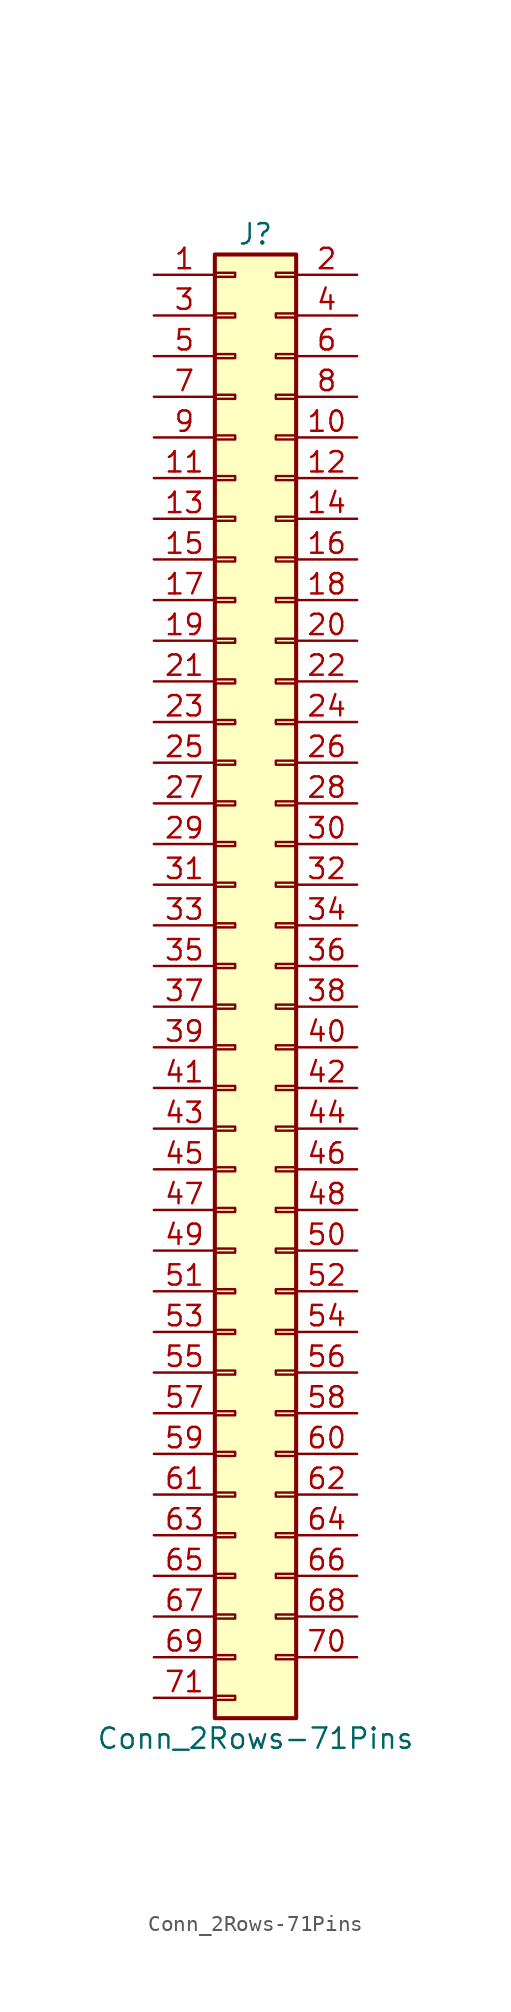
<source format=kicad_sym>
(kicad_symbol_lib
  (version 20200908)
  (generator kicad_symbol_editor)
  (symbol "Connector_Generic:Conn_2Rows-71Pins"
    (pin_names
      (offset 1.016) hide)
    (property "Reference" "J"
      (at 1.27 45.72 0)
      (effects (font (size 1.27 1.27))))
    (property "Value" "Conn_2Rows-71Pins"
      (at 1.27 -48.26 0)
      (effects (font (size 1.27 1.27))))
    (symbol "Conn_2Rows-71Pins_1_1"
      (rectangle (start -1.27 -27.813) (end 0 -28.067) (stroke (width 0.152)) (fill (type none)))
      (rectangle (start -1.27 -30.353) (end 0 -30.607) (stroke (width 0.152)) (fill (type none)))
      (rectangle (start -1.27 -32.893) (end 0 -33.147) (stroke (width 0.152)) (fill (type none)))
      (rectangle (start -1.27 -35.433) (end 0 -35.687) (stroke (width 0.152)) (fill (type none)))
      (rectangle (start -1.27 -37.973) (end 0 -38.227) (stroke (width 0.152)) (fill (type none)))
      (rectangle (start -1.27 -40.513) (end 0 -40.767) (stroke (width 0.152)) (fill (type none)))
      (rectangle (start -1.27 -43.053) (end 0 -43.307) (stroke (width 0.152)) (fill (type none)))
      (rectangle (start -1.27 -45.593) (end 0 -45.847) (stroke (width 0.152)) (fill (type none)))
      (rectangle (start -1.27 -4.953) (end 0 -5.207) (stroke (width 0.152)) (fill (type none)))
      (rectangle (start -1.27 -7.493) (end 0 -7.747) (stroke (width 0.152)) (fill (type none)))
      (rectangle (start -1.27 -10.033) (end 0 -10.287) (stroke (width 0.152)) (fill (type none)))
      (rectangle (start -1.27 -12.573) (end 0 -12.827) (stroke (width 0.152)) (fill (type none)))
      (rectangle (start -1.27 -15.113) (end 0 -15.367) (stroke (width 0.152)) (fill (type none)))
      (rectangle (start -1.27 -17.653) (end 0 -17.907) (stroke (width 0.152)) (fill (type none)))
      (rectangle (start -1.27 -20.193) (end 0 -20.447) (stroke (width 0.152)) (fill (type none)))
      (rectangle (start -1.27 -22.733) (end 0 -22.987) (stroke (width 0.152)) (fill (type none)))
      (rectangle (start -1.27 -2.413) (end 0 -2.667) (stroke (width 0.152)) (fill (type none)))
      (rectangle (start -1.27 -25.273) (end 0 -25.527) (stroke (width 0.152)) (fill (type none)))
      (rectangle (start -1.27 25.527) (end 0 25.273) (stroke (width 0.152)) (fill (type none)))
      (rectangle (start -1.27 2.667) (end 0 2.413) (stroke (width 0.152)) (fill (type none)))
      (rectangle (start -1.27 28.067) (end 0 27.813) (stroke (width 0.152)) (fill (type none)))
      (rectangle (start -1.27 30.607) (end 0 30.353) (stroke (width 0.152)) (fill (type none)))
      (rectangle (start -1.27 33.147) (end 0 32.893) (stroke (width 0.152)) (fill (type none)))
      (rectangle (start -1.27 35.687) (end 0 35.433) (stroke (width 0.152)) (fill (type none)))
      (rectangle (start -1.27 38.227) (end 0 37.973) (stroke (width 0.152)) (fill (type none)))
      (rectangle (start -1.27 40.767) (end 0 40.513) (stroke (width 0.152)) (fill (type none)))
      (rectangle (start -1.27 43.307) (end 0 43.053) (stroke (width 0.152)) (fill (type none)))
      (rectangle (start -1.27 44.45) (end 3.81 -46.99) (stroke (width 0.254)) (fill (type background)))
      (rectangle (start -1.27 5.207) (end 0 4.953) (stroke (width 0.152)) (fill (type none)))
      (rectangle (start -1.27 7.747) (end 0 7.493) (stroke (width 0.152)) (fill (type none)))
      (rectangle (start -1.27 10.287) (end 0 10.033) (stroke (width 0.152)) (fill (type none)))
      (rectangle (start -1.27 0.127) (end 0 -0.127) (stroke (width 0.152)) (fill (type none)))
      (rectangle (start -1.27 12.827) (end 0 12.573) (stroke (width 0.152)) (fill (type none)))
      (rectangle (start -1.27 15.367) (end 0 15.113) (stroke (width 0.152)) (fill (type none)))
      (rectangle (start -1.27 17.907) (end 0 17.653) (stroke (width 0.152)) (fill (type none)))
      (rectangle (start -1.27 20.447) (end 0 20.193) (stroke (width 0.152)) (fill (type none)))
      (rectangle (start -1.27 22.987) (end 0 22.733) (stroke (width 0.152)) (fill (type none)))
      (rectangle (start 3.81 -27.813) (end 2.54 -28.067) (stroke (width 0.152)) (fill (type none)))
      (rectangle (start 3.81 -30.353) (end 2.54 -30.607) (stroke (width 0.152)) (fill (type none)))
      (rectangle (start 3.81 -32.893) (end 2.54 -33.147) (stroke (width 0.152)) (fill (type none)))
      (rectangle (start 3.81 -35.433) (end 2.54 -35.687) (stroke (width 0.152)) (fill (type none)))
      (rectangle (start 3.81 -37.973) (end 2.54 -38.227) (stroke (width 0.152)) (fill (type none)))
      (rectangle (start 3.81 -40.513) (end 2.54 -40.767) (stroke (width 0.152)) (fill (type none)))
      (rectangle (start 3.81 -43.053) (end 2.54 -43.307) (stroke (width 0.152)) (fill (type none)))
      (rectangle (start 3.81 -4.953) (end 2.54 -5.207) (stroke (width 0.152)) (fill (type none)))
      (rectangle (start 3.81 -7.493) (end 2.54 -7.747) (stroke (width 0.152)) (fill (type none)))
      (rectangle (start 3.81 -10.033) (end 2.54 -10.287) (stroke (width 0.152)) (fill (type none)))
      (rectangle (start 3.81 -12.573) (end 2.54 -12.827) (stroke (width 0.152)) (fill (type none)))
      (rectangle (start 3.81 -15.113) (end 2.54 -15.367) (stroke (width 0.152)) (fill (type none)))
      (rectangle (start 3.81 -17.653) (end 2.54 -17.907) (stroke (width 0.152)) (fill (type none)))
      (rectangle (start 3.81 -20.193) (end 2.54 -20.447) (stroke (width 0.152)) (fill (type none)))
      (rectangle (start 3.81 -22.733) (end 2.54 -22.987) (stroke (width 0.152)) (fill (type none)))
      (rectangle (start 3.81 -2.413) (end 2.54 -2.667) (stroke (width 0.152)) (fill (type none)))
      (rectangle (start 3.81 -25.273) (end 2.54 -25.527) (stroke (width 0.152)) (fill (type none)))
      (rectangle (start 3.81 25.527) (end 2.54 25.273) (stroke (width 0.152)) (fill (type none)))
      (rectangle (start 3.81 2.667) (end 2.54 2.413) (stroke (width 0.152)) (fill (type none)))
      (rectangle (start 3.81 28.067) (end 2.54 27.813) (stroke (width 0.152)) (fill (type none)))
      (rectangle (start 3.81 30.607) (end 2.54 30.353) (stroke (width 0.152)) (fill (type none)))
      (rectangle (start 3.81 33.147) (end 2.54 32.893) (stroke (width 0.152)) (fill (type none)))
      (rectangle (start 3.81 35.687) (end 2.54 35.433) (stroke (width 0.152)) (fill (type none)))
      (rectangle (start 3.81 38.227) (end 2.54 37.973) (stroke (width 0.152)) (fill (type none)))
      (rectangle (start 3.81 40.767) (end 2.54 40.513) (stroke (width 0.152)) (fill (type none)))
      (rectangle (start 3.81 43.307) (end 2.54 43.053) (stroke (width 0.152)) (fill (type none)))
      (rectangle (start 3.81 5.207) (end 2.54 4.953) (stroke (width 0.152)) (fill (type none)))
      (rectangle (start 3.81 7.747) (end 2.54 7.493) (stroke (width 0.152)) (fill (type none)))
      (rectangle (start 3.81 10.287) (end 2.54 10.033) (stroke (width 0.152)) (fill (type none)))
      (rectangle (start 3.81 0.127) (end 2.54 -0.127) (stroke (width 0.152)) (fill (type none)))
      (rectangle (start 3.81 12.827) (end 2.54 12.573) (stroke (width 0.152)) (fill (type none)))
      (rectangle (start 3.81 15.367) (end 2.54 15.113) (stroke (width 0.152)) (fill (type none)))
      (rectangle (start 3.81 17.907) (end 2.54 17.653) (stroke (width 0.152)) (fill (type none)))
      (rectangle (start 3.81 20.447) (end 2.54 20.193) (stroke (width 0.152)) (fill (type none)))
      (rectangle (start 3.81 22.987) (end 2.54 22.733) (stroke (width 0.152)) (fill (type none)))
      (pin passive line (at -5.08 43.18 0) (length 3.81) (name "Pin_1" (effects (font (size 1.27 1.27)))) (number "1" (effects (font (size 1.27 1.27)))))
      (pin passive line (at 7.62 33.02 180) (length 3.81) (name "Pin_10" (effects (font (size 1.27 1.27)))) (number "10" (effects (font (size 1.27 1.27)))))
      (pin passive line (at -5.08 30.48 0) (length 3.81) (name "Pin_11" (effects (font (size 1.27 1.27)))) (number "11" (effects (font (size 1.27 1.27)))))
      (pin passive line (at 7.62 30.48 180) (length 3.81) (name "Pin_12" (effects (font (size 1.27 1.27)))) (number "12" (effects (font (size 1.27 1.27)))))
      (pin passive line (at -5.08 27.94 0) (length 3.81) (name "Pin_13" (effects (font (size 1.27 1.27)))) (number "13" (effects (font (size 1.27 1.27)))))
      (pin passive line (at 7.62 27.94 180) (length 3.81) (name "Pin_14" (effects (font (size 1.27 1.27)))) (number "14" (effects (font (size 1.27 1.27)))))
      (pin passive line (at -5.08 25.4 0) (length 3.81) (name "Pin_15" (effects (font (size 1.27 1.27)))) (number "15" (effects (font (size 1.27 1.27)))))
      (pin passive line (at 7.62 25.4 180) (length 3.81) (name "Pin_16" (effects (font (size 1.27 1.27)))) (number "16" (effects (font (size 1.27 1.27)))))
      (pin passive line (at -5.08 22.86 0) (length 3.81) (name "Pin_17" (effects (font (size 1.27 1.27)))) (number "17" (effects (font (size 1.27 1.27)))))
      (pin passive line (at 7.62 22.86 180) (length 3.81) (name "Pin_18" (effects (font (size 1.27 1.27)))) (number "18" (effects (font (size 1.27 1.27)))))
      (pin passive line (at -5.08 20.32 0) (length 3.81) (name "Pin_19" (effects (font (size 1.27 1.27)))) (number "19" (effects (font (size 1.27 1.27)))))
      (pin passive line (at 7.62 43.18 180) (length 3.81) (name "Pin_2" (effects (font (size 1.27 1.27)))) (number "2" (effects (font (size 1.27 1.27)))))
      (pin passive line (at 7.62 20.32 180) (length 3.81) (name "Pin_20" (effects (font (size 1.27 1.27)))) (number "20" (effects (font (size 1.27 1.27)))))
      (pin passive line (at -5.08 17.78 0) (length 3.81) (name "Pin_21" (effects (font (size 1.27 1.27)))) (number "21" (effects (font (size 1.27 1.27)))))
      (pin passive line (at 7.62 17.78 180) (length 3.81) (name "Pin_22" (effects (font (size 1.27 1.27)))) (number "22" (effects (font (size 1.27 1.27)))))
      (pin passive line (at -5.08 15.24 0) (length 3.81) (name "Pin_23" (effects (font (size 1.27 1.27)))) (number "23" (effects (font (size 1.27 1.27)))))
      (pin passive line (at 7.62 15.24 180) (length 3.81) (name "Pin_24" (effects (font (size 1.27 1.27)))) (number "24" (effects (font (size 1.27 1.27)))))
      (pin passive line (at -5.08 12.7 0) (length 3.81) (name "Pin_25" (effects (font (size 1.27 1.27)))) (number "25" (effects (font (size 1.27 1.27)))))
      (pin passive line (at 7.62 12.7 180) (length 3.81) (name "Pin_26" (effects (font (size 1.27 1.27)))) (number "26" (effects (font (size 1.27 1.27)))))
      (pin passive line (at -5.08 10.16 0) (length 3.81) (name "Pin_27" (effects (font (size 1.27 1.27)))) (number "27" (effects (font (size 1.27 1.27)))))
      (pin passive line (at 7.62 10.16 180) (length 3.81) (name "Pin_28" (effects (font (size 1.27 1.27)))) (number "28" (effects (font (size 1.27 1.27)))))
      (pin passive line (at -5.08 7.62 0) (length 3.81) (name "Pin_29" (effects (font (size 1.27 1.27)))) (number "29" (effects (font (size 1.27 1.27)))))
      (pin passive line (at -5.08 40.64 0) (length 3.81) (name "Pin_3" (effects (font (size 1.27 1.27)))) (number "3" (effects (font (size 1.27 1.27)))))
      (pin passive line (at 7.62 7.62 180) (length 3.81) (name "Pin_30" (effects (font (size 1.27 1.27)))) (number "30" (effects (font (size 1.27 1.27)))))
      (pin passive line (at -5.08 5.08 0) (length 3.81) (name "Pin_31" (effects (font (size 1.27 1.27)))) (number "31" (effects (font (size 1.27 1.27)))))
      (pin passive line (at 7.62 5.08 180) (length 3.81) (name "Pin_32" (effects (font (size 1.27 1.27)))) (number "32" (effects (font (size 1.27 1.27)))))
      (pin passive line (at -5.08 2.54 0) (length 3.81) (name "Pin_33" (effects (font (size 1.27 1.27)))) (number "33" (effects (font (size 1.27 1.27)))))
      (pin passive line (at 7.62 2.54 180) (length 3.81) (name "Pin_34" (effects (font (size 1.27 1.27)))) (number "34" (effects (font (size 1.27 1.27)))))
      (pin passive line (at -5.08 0 0) (length 3.81) (name "Pin_35" (effects (font (size 1.27 1.27)))) (number "35" (effects (font (size 1.27 1.27)))))
      (pin passive line (at 7.62 0 180) (length 3.81) (name "Pin_36" (effects (font (size 1.27 1.27)))) (number "36" (effects (font (size 1.27 1.27)))))
      (pin passive line (at -5.08 -2.54 0) (length 3.81) (name "Pin_37" (effects (font (size 1.27 1.27)))) (number "37" (effects (font (size 1.27 1.27)))))
      (pin passive line (at 7.62 -2.54 180) (length 3.81) (name "Pin_38" (effects (font (size 1.27 1.27)))) (number "38" (effects (font (size 1.27 1.27)))))
      (pin passive line (at -5.08 -5.08 0) (length 3.81) (name "Pin_39" (effects (font (size 1.27 1.27)))) (number "39" (effects (font (size 1.27 1.27)))))
      (pin passive line (at 7.62 40.64 180) (length 3.81) (name "Pin_4" (effects (font (size 1.27 1.27)))) (number "4" (effects (font (size 1.27 1.27)))))
      (pin passive line (at 7.62 -5.08 180) (length 3.81) (name "Pin_40" (effects (font (size 1.27 1.27)))) (number "40" (effects (font (size 1.27 1.27)))))
      (pin passive line (at -5.08 -7.62 0) (length 3.81) (name "Pin_41" (effects (font (size 1.27 1.27)))) (number "41" (effects (font (size 1.27 1.27)))))
      (pin passive line (at 7.62 -7.62 180) (length 3.81) (name "Pin_42" (effects (font (size 1.27 1.27)))) (number "42" (effects (font (size 1.27 1.27)))))
      (pin passive line (at -5.08 -10.16 0) (length 3.81) (name "Pin_43" (effects (font (size 1.27 1.27)))) (number "43" (effects (font (size 1.27 1.27)))))
      (pin passive line (at 7.62 -10.16 180) (length 3.81) (name "Pin_44" (effects (font (size 1.27 1.27)))) (number "44" (effects (font (size 1.27 1.27)))))
      (pin passive line (at -5.08 -12.7 0) (length 3.81) (name "Pin_45" (effects (font (size 1.27 1.27)))) (number "45" (effects (font (size 1.27 1.27)))))
      (pin passive line (at 7.62 -12.7 180) (length 3.81) (name "Pin_46" (effects (font (size 1.27 1.27)))) (number "46" (effects (font (size 1.27 1.27)))))
      (pin passive line (at -5.08 -15.24 0) (length 3.81) (name "Pin_47" (effects (font (size 1.27 1.27)))) (number "47" (effects (font (size 1.27 1.27)))))
      (pin passive line (at 7.62 -15.24 180) (length 3.81) (name "Pin_48" (effects (font (size 1.27 1.27)))) (number "48" (effects (font (size 1.27 1.27)))))
      (pin passive line (at -5.08 -17.78 0) (length 3.81) (name "Pin_49" (effects (font (size 1.27 1.27)))) (number "49" (effects (font (size 1.27 1.27)))))
      (pin passive line (at -5.08 38.1 0) (length 3.81) (name "Pin_5" (effects (font (size 1.27 1.27)))) (number "5" (effects (font (size 1.27 1.27)))))
      (pin passive line (at 7.62 -17.78 180) (length 3.81) (name "Pin_50" (effects (font (size 1.27 1.27)))) (number "50" (effects (font (size 1.27 1.27)))))
      (pin passive line (at -5.08 -20.32 0) (length 3.81) (name "Pin_51" (effects (font (size 1.27 1.27)))) (number "51" (effects (font (size 1.27 1.27)))))
      (pin passive line (at 7.62 -20.32 180) (length 3.81) (name "Pin_52" (effects (font (size 1.27 1.27)))) (number "52" (effects (font (size 1.27 1.27)))))
      (pin passive line (at -5.08 -22.86 0) (length 3.81) (name "Pin_53" (effects (font (size 1.27 1.27)))) (number "53" (effects (font (size 1.27 1.27)))))
      (pin passive line (at 7.62 -22.86 180) (length 3.81) (name "Pin_54" (effects (font (size 1.27 1.27)))) (number "54" (effects (font (size 1.27 1.27)))))
      (pin passive line (at -5.08 -25.4 0) (length 3.81) (name "Pin_55" (effects (font (size 1.27 1.27)))) (number "55" (effects (font (size 1.27 1.27)))))
      (pin passive line (at 7.62 -25.4 180) (length 3.81) (name "Pin_56" (effects (font (size 1.27 1.27)))) (number "56" (effects (font (size 1.27 1.27)))))
      (pin passive line (at -5.08 -27.94 0) (length 3.81) (name "Pin_57" (effects (font (size 1.27 1.27)))) (number "57" (effects (font (size 1.27 1.27)))))
      (pin passive line (at 7.62 -27.94 180) (length 3.81) (name "Pin_58" (effects (font (size 1.27 1.27)))) (number "58" (effects (font (size 1.27 1.27)))))
      (pin passive line (at -5.08 -30.48 0) (length 3.81) (name "Pin_59" (effects (font (size 1.27 1.27)))) (number "59" (effects (font (size 1.27 1.27)))))
      (pin passive line (at 7.62 38.1 180) (length 3.81) (name "Pin_6" (effects (font (size 1.27 1.27)))) (number "6" (effects (font (size 1.27 1.27)))))
      (pin passive line (at 7.62 -30.48 180) (length 3.81) (name "Pin_60" (effects (font (size 1.27 1.27)))) (number "60" (effects (font (size 1.27 1.27)))))
      (pin passive line (at -5.08 -33.02 0) (length 3.81) (name "Pin_61" (effects (font (size 1.27 1.27)))) (number "61" (effects (font (size 1.27 1.27)))))
      (pin passive line (at 7.62 -33.02 180) (length 3.81) (name "Pin_62" (effects (font (size 1.27 1.27)))) (number "62" (effects (font (size 1.27 1.27)))))
      (pin passive line (at -5.08 -35.56 0) (length 3.81) (name "Pin_63" (effects (font (size 1.27 1.27)))) (number "63" (effects (font (size 1.27 1.27)))))
      (pin passive line (at 7.62 -35.56 180) (length 3.81) (name "Pin_64" (effects (font (size 1.27 1.27)))) (number "64" (effects (font (size 1.27 1.27)))))
      (pin passive line (at -5.08 -38.1 0) (length 3.81) (name "Pin_65" (effects (font (size 1.27 1.27)))) (number "65" (effects (font (size 1.27 1.27)))))
      (pin passive line (at 7.62 -38.1 180) (length 3.81) (name "Pin_66" (effects (font (size 1.27 1.27)))) (number "66" (effects (font (size 1.27 1.27)))))
      (pin passive line (at -5.08 -40.64 0) (length 3.81) (name "Pin_67" (effects (font (size 1.27 1.27)))) (number "67" (effects (font (size 1.27 1.27)))))
      (pin passive line (at 7.62 -40.64 180) (length 3.81) (name "Pin_68" (effects (font (size 1.27 1.27)))) (number "68" (effects (font (size 1.27 1.27)))))
      (pin passive line (at -5.08 -43.18 0) (length 3.81) (name "Pin_69" (effects (font (size 1.27 1.27)))) (number "69" (effects (font (size 1.27 1.27)))))
      (pin passive line (at -5.08 35.56 0) (length 3.81) (name "Pin_7" (effects (font (size 1.27 1.27)))) (number "7" (effects (font (size 1.27 1.27)))))
      (pin passive line (at 7.62 -43.18 180) (length 3.81) (name "Pin_70" (effects (font (size 1.27 1.27)))) (number "70" (effects (font (size 1.27 1.27)))))
      (pin passive line (at -5.08 -45.72 0) (length 3.81) (name "Pin_71" (effects (font (size 1.27 1.27)))) (number "71" (effects (font (size 1.27 1.27)))))
      (pin passive line (at 7.62 35.56 180) (length 3.81) (name "Pin_8" (effects (font (size 1.27 1.27)))) (number "8" (effects (font (size 1.27 1.27)))))
      (pin passive line (at -5.08 33.02 0) (length 3.81) (name "Pin_9" (effects (font (size 1.27 1.27)))) (number "9" (effects (font (size 1.27 1.27))))))))
</source>
